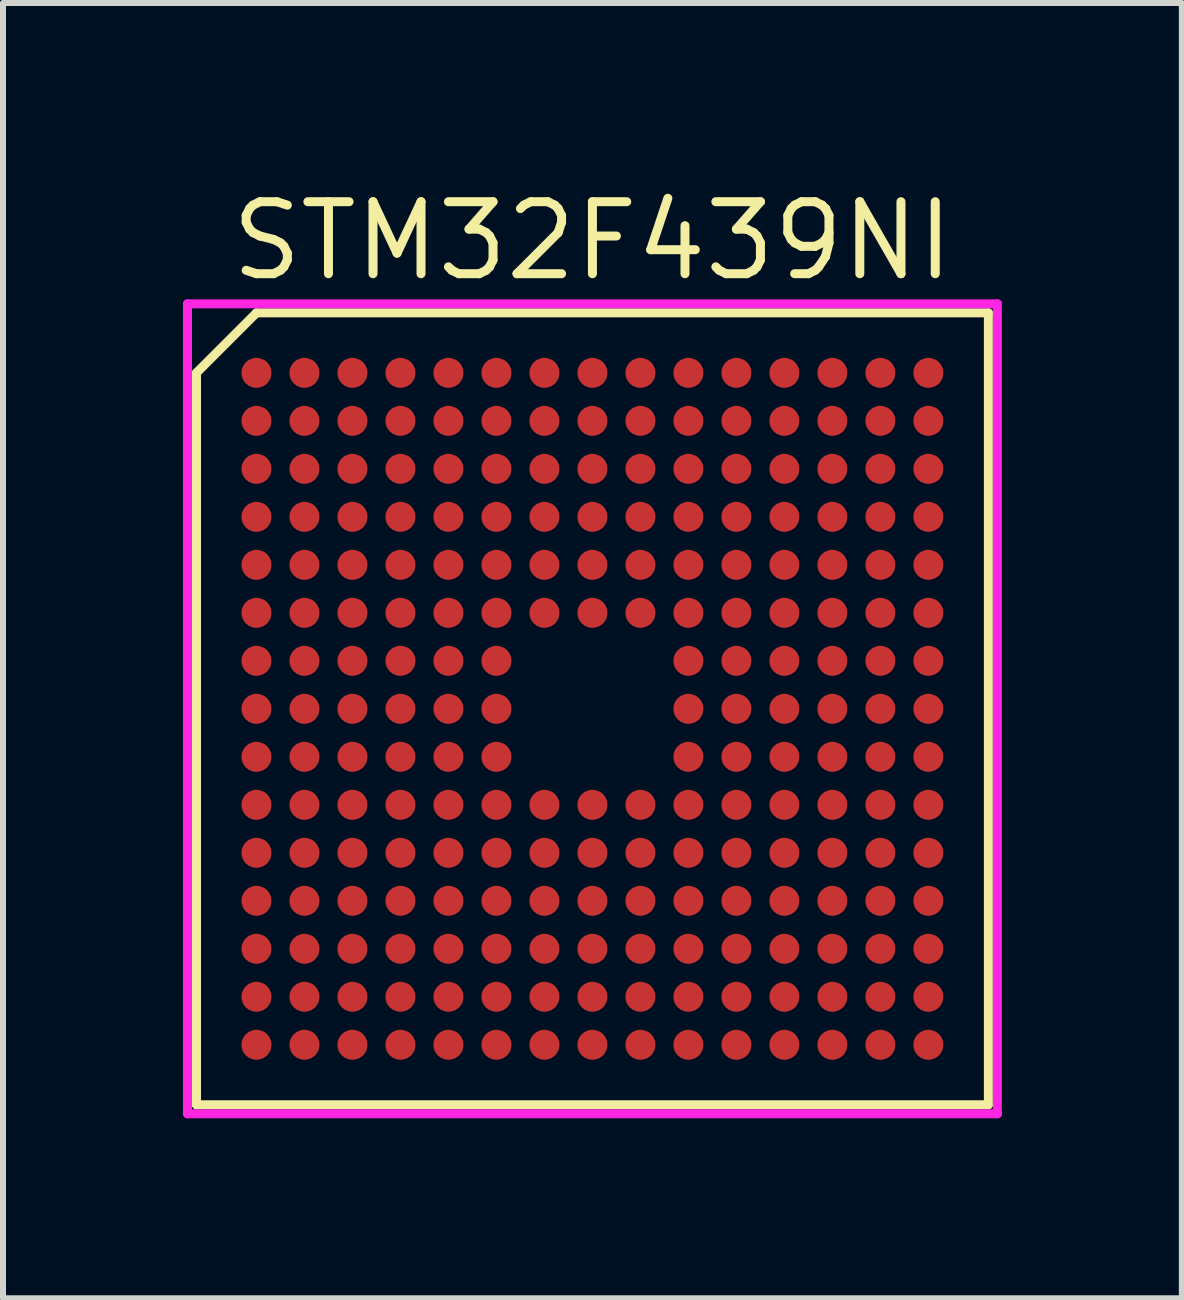
<source format=kicad_pcb>
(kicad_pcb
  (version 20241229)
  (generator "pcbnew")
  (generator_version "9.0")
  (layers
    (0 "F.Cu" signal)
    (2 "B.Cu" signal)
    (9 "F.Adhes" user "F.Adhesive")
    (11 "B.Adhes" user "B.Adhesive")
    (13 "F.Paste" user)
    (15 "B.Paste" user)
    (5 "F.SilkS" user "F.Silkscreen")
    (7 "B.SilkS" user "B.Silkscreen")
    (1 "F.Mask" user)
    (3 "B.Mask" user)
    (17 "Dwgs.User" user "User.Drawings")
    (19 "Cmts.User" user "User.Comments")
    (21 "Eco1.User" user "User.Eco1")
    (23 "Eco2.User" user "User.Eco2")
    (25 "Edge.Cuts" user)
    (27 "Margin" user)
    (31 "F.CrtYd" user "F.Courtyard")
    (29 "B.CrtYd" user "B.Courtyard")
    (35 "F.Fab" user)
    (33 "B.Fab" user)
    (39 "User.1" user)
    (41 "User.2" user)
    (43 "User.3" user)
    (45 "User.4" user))
  (footprint "STM32F439NI"
    (layer "F.Cu")
    (at 6.825 8.765)
    (property "Reference" "STM32F439NI" (at 0 -7.8 0) (layer "F.SilkS") (effects (font (size 1.2 1.2) (thickness 0.15))))
    (attr through_hole)
    (fp_line (start -6.6 -5.6) (end -6.6 6.6) (stroke (width 0.15) (type solid)) (layer "F.SilkS"))
    (fp_line (start -6.6 6.6) (end 6.6 6.6) (stroke (width 0.15) (type solid)) (layer "F.SilkS"))
    (fp_line (start -5.6 -6.6) (end -6.6 -5.6) (stroke (width 0.15) (type solid)) (layer "F.SilkS"))
    (fp_line (start 6.6 -6.6) (end -5.6 -6.6) (stroke (width 0.15) (type solid)) (layer "F.SilkS"))
    (fp_line (start 6.6 6.6) (end 6.6 -6.6) (stroke (width 0.15) (type solid)) (layer "F.SilkS"))
    (fp_line (start -6.75 -6.75) (end 6.75 -6.75) (stroke (width 0.15) (type solid)) (layer "F.CrtYd"))
    (fp_line (start -6.75 6.75) (end -6.75 -6.75) (stroke (width 0.15) (type solid)) (layer "F.CrtYd"))
    (fp_line (start 6.75 -6.75) (end 6.75 6.75) (stroke (width 0.15) (type solid)) (layer "F.CrtYd"))
    (fp_line (start 6.75 6.75) (end -6.75 6.75) (stroke (width 0.15) (type solid)) (layer "F.CrtYd"))
    (pad "A1" smd circle (at -5.6 -5.6) (size 0.5 0.5) (layers "F.Cu" "F.Mask" "F.Paste"))
    (pad "A2" smd circle (at -4.8 -5.6) (size 0.5 0.5) (layers "F.Cu" "F.Mask" "F.Paste"))
    (pad "A3" smd circle (at -4 -5.6) (size 0.5 0.5) (layers "F.Cu" "F.Mask" "F.Paste"))
    (pad "A4" smd circle (at -3.2 -5.6) (size 0.5 0.5) (layers "F.Cu" "F.Mask" "F.Paste"))
    (pad "A5" smd circle (at -2.4 -5.6) (size 0.5 0.5) (layers "F.Cu" "F.Mask" "F.Paste"))
    (pad "A6" smd circle (at -1.6 -5.6) (size 0.5 0.5) (layers "F.Cu" "F.Mask" "F.Paste"))
    (pad "A7" smd circle (at -0.8 -5.6) (size 0.5 0.5) (layers "F.Cu" "F.Mask" "F.Paste"))
    (pad "A8" smd circle (at 0 -5.6) (size 0.5 0.5) (layers "F.Cu" "F.Mask" "F.Paste"))
    (pad "A9" smd circle (at 0.8 -5.6) (size 0.5 0.5) (layers "F.Cu" "F.Mask" "F.Paste"))
    (pad "A10" smd circle (at 1.6 -5.6) (size 0.5 0.5) (layers "F.Cu" "F.Mask" "F.Paste"))
    (pad "A11" smd circle (at 2.4 -5.6) (size 0.5 0.5) (layers "F.Cu" "F.Mask" "F.Paste"))
    (pad "A12" smd circle (at 3.2 -5.6) (size 0.5 0.5) (layers "F.Cu" "F.Mask" "F.Paste"))
    (pad "A13" smd circle (at 4 -5.6) (size 0.5 0.5) (layers "F.Cu" "F.Mask" "F.Paste"))
    (pad "A14" smd circle (at 4.8 -5.6) (size 0.5 0.5) (layers "F.Cu" "F.Mask" "F.Paste"))
    (pad "A15" smd circle (at 5.6 -5.6) (size 0.5 0.5) (layers "F.Cu" "F.Mask" "F.Paste"))
    (pad "B1" smd circle (at -5.6 -4.8) (size 0.5 0.5) (layers "F.Cu" "F.Mask" "F.Paste"))
    (pad "B2" smd circle (at -4.8 -4.8) (size 0.5 0.5) (layers "F.Cu" "F.Mask" "F.Paste"))
    (pad "B3" smd circle (at -4 -4.8) (size 0.5 0.5) (layers "F.Cu" "F.Mask" "F.Paste"))
    (pad "B4" smd circle (at -3.2 -4.8) (size 0.5 0.5) (layers "F.Cu" "F.Mask" "F.Paste"))
    (pad "B5" smd circle (at -2.4 -4.8) (size 0.5 0.5) (layers "F.Cu" "F.Mask" "F.Paste"))
    (pad "B6" smd circle (at -1.6 -4.8) (size 0.5 0.5) (layers "F.Cu" "F.Mask" "F.Paste"))
    (pad "B7" smd circle (at -0.8 -4.8) (size 0.5 0.5) (layers "F.Cu" "F.Mask" "F.Paste"))
    (pad "B8" smd circle (at 0 -4.8) (size 0.5 0.5) (layers "F.Cu" "F.Mask" "F.Paste"))
    (pad "B9" smd circle (at 0.8 -4.8) (size 0.5 0.5) (layers "F.Cu" "F.Mask" "F.Paste"))
    (pad "B10" smd circle (at 1.6 -4.8) (size 0.5 0.5) (layers "F.Cu" "F.Mask" "F.Paste"))
    (pad "B11" smd circle (at 2.4 -4.8) (size 0.5 0.5) (layers "F.Cu" "F.Mask" "F.Paste"))
    (pad "B12" smd circle (at 3.2 -4.8) (size 0.5 0.5) (layers "F.Cu" "F.Mask" "F.Paste"))
    (pad "B13" smd circle (at 4 -4.8) (size 0.5 0.5) (layers "F.Cu" "F.Mask" "F.Paste"))
    (pad "B14" smd circle (at 4.8 -4.8) (size 0.5 0.5) (layers "F.Cu" "F.Mask" "F.Paste"))
    (pad "B15" smd circle (at 5.6 -4.8) (size 0.5 0.5) (layers "F.Cu" "F.Mask" "F.Paste"))
    (pad "C1" smd circle (at -5.6 -4) (size 0.5 0.5) (layers "F.Cu" "F.Mask" "F.Paste"))
    (pad "C2" smd circle (at -4.8 -4) (size 0.5 0.5) (layers "F.Cu" "F.Mask" "F.Paste"))
    (pad "C3" smd circle (at -4 -4) (size 0.5 0.5) (layers "F.Cu" "F.Mask" "F.Paste"))
    (pad "C4" smd circle (at -3.2 -4) (size 0.5 0.5) (layers "F.Cu" "F.Mask" "F.Paste"))
    (pad "C5" smd circle (at -2.4 -4) (size 0.5 0.5) (layers "F.Cu" "F.Mask" "F.Paste"))
    (pad "C6" smd circle (at -1.6 -4) (size 0.5 0.5) (layers "F.Cu" "F.Mask" "F.Paste"))
    (pad "C7" smd circle (at -0.8 -4) (size 0.5 0.5) (layers "F.Cu" "F.Mask" "F.Paste"))
    (pad "C8" smd circle (at 0 -4) (size 0.5 0.5) (layers "F.Cu" "F.Mask" "F.Paste"))
    (pad "C9" smd circle (at 0.8 -4) (size 0.5 0.5) (layers "F.Cu" "F.Mask" "F.Paste"))
    (pad "C10" smd circle (at 1.6 -4) (size 0.5 0.5) (layers "F.Cu" "F.Mask" "F.Paste"))
    (pad "C11" smd circle (at 2.4 -4) (size 0.5 0.5) (layers "F.Cu" "F.Mask" "F.Paste"))
    (pad "C12" smd circle (at 3.2 -4) (size 0.5 0.5) (layers "F.Cu" "F.Mask" "F.Paste"))
    (pad "C13" smd circle (at 4 -4) (size 0.5 0.5) (layers "F.Cu" "F.Mask" "F.Paste"))
    (pad "C14" smd circle (at 4.8 -4) (size 0.5 0.5) (layers "F.Cu" "F.Mask" "F.Paste"))
    (pad "C15" smd circle (at 5.6 -4) (size 0.5 0.5) (layers "F.Cu" "F.Mask" "F.Paste"))
    (pad "D1" smd circle (at -5.6 -3.2) (size 0.5 0.5) (layers "F.Cu" "F.Mask" "F.Paste"))
    (pad "D2" smd circle (at -4.8 -3.2) (size 0.5 0.5) (layers "F.Cu" "F.Mask" "F.Paste"))
    (pad "D3" smd circle (at -4 -3.2) (size 0.5 0.5) (layers "F.Cu" "F.Mask" "F.Paste"))
    (pad "D4" smd circle (at -3.2 -3.2) (size 0.5 0.5) (layers "F.Cu" "F.Mask" "F.Paste"))
    (pad "D5" smd circle (at -2.4 -3.2) (size 0.5 0.5) (layers "F.Cu" "F.Mask" "F.Paste"))
    (pad "D6" smd circle (at -1.6 -3.2) (size 0.5 0.5) (layers "F.Cu" "F.Mask" "F.Paste"))
    (pad "D7" smd circle (at -0.8 -3.2) (size 0.5 0.5) (layers "F.Cu" "F.Mask" "F.Paste"))
    (pad "D8" smd circle (at 0 -3.2) (size 0.5 0.5) (layers "F.Cu" "F.Mask" "F.Paste"))
    (pad "D9" smd circle (at 0.8 -3.2) (size 0.5 0.5) (layers "F.Cu" "F.Mask" "F.Paste"))
    (pad "D10" smd circle (at 1.6 -3.2) (size 0.5 0.5) (layers "F.Cu" "F.Mask" "F.Paste"))
    (pad "D11" smd circle (at 2.4 -3.2) (size 0.5 0.5) (layers "F.Cu" "F.Mask" "F.Paste"))
    (pad "D12" smd circle (at 3.2 -3.2) (size 0.5 0.5) (layers "F.Cu" "F.Mask" "F.Paste"))
    (pad "D13" smd circle (at 4 -3.2) (size 0.5 0.5) (layers "F.Cu" "F.Mask" "F.Paste"))
    (pad "D14" smd circle (at 4.8 -3.2) (size 0.5 0.5) (layers "F.Cu" "F.Mask" "F.Paste"))
    (pad "D15" smd circle (at 5.6 -3.2) (size 0.5 0.5) (layers "F.Cu" "F.Mask" "F.Paste"))
    (pad "E1" smd circle (at -5.6 -2.4) (size 0.5 0.5) (layers "F.Cu" "F.Mask" "F.Paste"))
    (pad "E2" smd circle (at -4.8 -2.4) (size 0.5 0.5) (layers "F.Cu" "F.Mask" "F.Paste"))
    (pad "E3" smd circle (at -4 -2.4) (size 0.5 0.5) (layers "F.Cu" "F.Mask" "F.Paste"))
    (pad "E4" smd circle (at -3.2 -2.4) (size 0.5 0.5) (layers "F.Cu" "F.Mask" "F.Paste"))
    (pad "E5" smd circle (at -2.4 -2.4) (size 0.5 0.5) (layers "F.Cu" "F.Mask" "F.Paste"))
    (pad "E6" smd circle (at -1.6 -2.4) (size 0.5 0.5) (layers "F.Cu" "F.Mask" "F.Paste"))
    (pad "E7" smd circle (at -0.8 -2.4) (size 0.5 0.5) (layers "F.Cu" "F.Mask" "F.Paste"))
    (pad "E8" smd circle (at 0 -2.4) (size 0.5 0.5) (layers "F.Cu" "F.Mask" "F.Paste"))
    (pad "E9" smd circle (at 0.8 -2.4) (size 0.5 0.5) (layers "F.Cu" "F.Mask" "F.Paste"))
    (pad "E10" smd circle (at 1.6 -2.4) (size 0.5 0.5) (layers "F.Cu" "F.Mask" "F.Paste"))
    (pad "E11" smd circle (at 2.4 -2.4) (size 0.5 0.5) (layers "F.Cu" "F.Mask" "F.Paste"))
    (pad "E12" smd circle (at 3.2 -2.4) (size 0.5 0.5) (layers "F.Cu" "F.Mask" "F.Paste"))
    (pad "E13" smd circle (at 4 -2.4) (size 0.5 0.5) (layers "F.Cu" "F.Mask" "F.Paste"))
    (pad "E14" smd circle (at 4.8 -2.4) (size 0.5 0.5) (layers "F.Cu" "F.Mask" "F.Paste"))
    (pad "E15" smd circle (at 5.6 -2.4) (size 0.5 0.5) (layers "F.Cu" "F.Mask" "F.Paste"))
    (pad "F1" smd circle (at -5.6 -1.6) (size 0.5 0.5) (layers "F.Cu" "F.Mask" "F.Paste"))
    (pad "F2" smd circle (at -4.8 -1.6) (size 0.5 0.5) (layers "F.Cu" "F.Mask" "F.Paste"))
    (pad "F3" smd circle (at -4 -1.6) (size 0.5 0.5) (layers "F.Cu" "F.Mask" "F.Paste"))
    (pad "F4" smd circle (at -3.2 -1.6) (size 0.5 0.5) (layers "F.Cu" "F.Mask" "F.Paste"))
    (pad "F5" smd circle (at -2.4 -1.6) (size 0.5 0.5) (layers "F.Cu" "F.Mask" "F.Paste"))
    (pad "F6" smd circle (at -1.6 -1.6) (size 0.5 0.5) (layers "F.Cu" "F.Mask" "F.Paste"))
    (pad "F7" smd circle (at -0.8 -1.6) (size 0.5 0.5) (layers "F.Cu" "F.Mask" "F.Paste"))
    (pad "F8" smd circle (at 0 -1.6) (size 0.5 0.5) (layers "F.Cu" "F.Mask" "F.Paste"))
    (pad "F9" smd circle (at 0.8 -1.6) (size 0.5 0.5) (layers "F.Cu" "F.Mask" "F.Paste"))
    (pad "F10" smd circle (at 1.6 -1.6) (size 0.5 0.5) (layers "F.Cu" "F.Mask" "F.Paste"))
    (pad "F11" smd circle (at 2.4 -1.6) (size 0.5 0.5) (layers "F.Cu" "F.Mask" "F.Paste"))
    (pad "F12" smd circle (at 3.2 -1.6) (size 0.5 0.5) (layers "F.Cu" "F.Mask" "F.Paste"))
    (pad "F13" smd circle (at 4 -1.6) (size 0.5 0.5) (layers "F.Cu" "F.Mask" "F.Paste"))
    (pad "F14" smd circle (at 4.8 -1.6) (size 0.5 0.5) (layers "F.Cu" "F.Mask" "F.Paste"))
    (pad "F15" smd circle (at 5.6 -1.6) (size 0.5 0.5) (layers "F.Cu" "F.Mask" "F.Paste"))
    (pad "G1" smd circle (at -5.6 -0.8) (size 0.5 0.5) (layers "F.Cu" "F.Mask" "F.Paste"))
    (pad "G2" smd circle (at -4.8 -0.8) (size 0.5 0.5) (layers "F.Cu" "F.Mask" "F.Paste"))
    (pad "G3" smd circle (at -4 -0.8) (size 0.5 0.5) (layers "F.Cu" "F.Mask" "F.Paste"))
    (pad "G4" smd circle (at -3.2 -0.8) (size 0.5 0.5) (layers "F.Cu" "F.Mask" "F.Paste"))
    (pad "G5" smd circle (at -2.4 -0.8) (size 0.5 0.5) (layers "F.Cu" "F.Mask" "F.Paste"))
    (pad "G6" smd circle (at -1.6 -0.8) (size 0.5 0.5) (layers "F.Cu" "F.Mask" "F.Paste"))
    (pad "G10" smd circle (at 1.6 -0.8) (size 0.5 0.5) (layers "F.Cu" "F.Mask" "F.Paste"))
    (pad "G11" smd circle (at 2.4 -0.8) (size 0.5 0.5) (layers "F.Cu" "F.Mask" "F.Paste"))
    (pad "G12" smd circle (at 3.2 -0.8) (size 0.5 0.5) (layers "F.Cu" "F.Mask" "F.Paste"))
    (pad "G13" smd circle (at 4 -0.8) (size 0.5 0.5) (layers "F.Cu" "F.Mask" "F.Paste"))
    (pad "G14" smd circle (at 4.8 -0.8) (size 0.5 0.5) (layers "F.Cu" "F.Mask" "F.Paste"))
    (pad "G15" smd circle (at 5.6 -0.8) (size 0.5 0.5) (layers "F.Cu" "F.Mask" "F.Paste"))
    (pad "H1" smd circle (at -5.6 0) (size 0.5 0.5) (layers "F.Cu" "F.Mask" "F.Paste"))
    (pad "H2" smd circle (at -4.8 0) (size 0.5 0.5) (layers "F.Cu" "F.Mask" "F.Paste"))
    (pad "H3" smd circle (at -4 0) (size 0.5 0.5) (layers "F.Cu" "F.Mask" "F.Paste"))
    (pad "H4" smd circle (at -3.2 0) (size 0.5 0.5) (layers "F.Cu" "F.Mask" "F.Paste"))
    (pad "H5" smd circle (at -2.4 0) (size 0.5 0.5) (layers "F.Cu" "F.Mask" "F.Paste"))
    (pad "H6" smd circle (at -1.6 0) (size 0.5 0.5) (layers "F.Cu" "F.Mask" "F.Paste"))
    (pad "H10" smd circle (at 1.6 0) (size 0.5 0.5) (layers "F.Cu" "F.Mask" "F.Paste"))
    (pad "H11" smd circle (at 2.4 0) (size 0.5 0.5) (layers "F.Cu" "F.Mask" "F.Paste"))
    (pad "H12" smd circle (at 3.2 0) (size 0.5 0.5) (layers "F.Cu" "F.Mask" "F.Paste"))
    (pad "H13" smd circle (at 4 0) (size 0.5 0.5) (layers "F.Cu" "F.Mask" "F.Paste"))
    (pad "H14" smd circle (at 4.8 0) (size 0.5 0.5) (layers "F.Cu" "F.Mask" "F.Paste"))
    (pad "H15" smd circle (at 5.6 0) (size 0.5 0.5) (layers "F.Cu" "F.Mask" "F.Paste"))
    (pad "J1" smd circle (at -5.6 0.8) (size 0.5 0.5) (layers "F.Cu" "F.Mask" "F.Paste"))
    (pad "J2" smd circle (at -4.8 0.8) (size 0.5 0.5) (layers "F.Cu" "F.Mask" "F.Paste"))
    (pad "J3" smd circle (at -4 0.8) (size 0.5 0.5) (layers "F.Cu" "F.Mask" "F.Paste"))
    (pad "J4" smd circle (at -3.2 0.8) (size 0.5 0.5) (layers "F.Cu" "F.Mask" "F.Paste"))
    (pad "J5" smd circle (at -2.4 0.8) (size 0.5 0.5) (layers "F.Cu" "F.Mask" "F.Paste"))
    (pad "J6" smd circle (at -1.6 0.8) (size 0.5 0.5) (layers "F.Cu" "F.Mask" "F.Paste"))
    (pad "J10" smd circle (at 1.6 0.8) (size 0.5 0.5) (layers "F.Cu" "F.Mask" "F.Paste"))
    (pad "J11" smd circle (at 2.4 0.8) (size 0.5 0.5) (layers "F.Cu" "F.Mask" "F.Paste"))
    (pad "J12" smd circle (at 3.2 0.8) (size 0.5 0.5) (layers "F.Cu" "F.Mask" "F.Paste"))
    (pad "J13" smd circle (at 4 0.8) (size 0.5 0.5) (layers "F.Cu" "F.Mask" "F.Paste"))
    (pad "J14" smd circle (at 4.8 0.8) (size 0.5 0.5) (layers "F.Cu" "F.Mask" "F.Paste"))
    (pad "J15" smd circle (at 5.6 0.8) (size 0.5 0.5) (layers "F.Cu" "F.Mask" "F.Paste"))
    (pad "K1" smd circle (at -5.6 1.6) (size 0.5 0.5) (layers "F.Cu" "F.Mask" "F.Paste"))
    (pad "K2" smd circle (at -4.8 1.6) (size 0.5 0.5) (layers "F.Cu" "F.Mask" "F.Paste"))
    (pad "K3" smd circle (at -4 1.6) (size 0.5 0.5) (layers "F.Cu" "F.Mask" "F.Paste"))
    (pad "K4" smd circle (at -3.2 1.6) (size 0.5 0.5) (layers "F.Cu" "F.Mask" "F.Paste"))
    (pad "K5" smd circle (at -2.4 1.6) (size 0.5 0.5) (layers "F.Cu" "F.Mask" "F.Paste"))
    (pad "K6" smd circle (at -1.6 1.6) (size 0.5 0.5) (layers "F.Cu" "F.Mask" "F.Paste"))
    (pad "K7" smd circle (at -0.8 1.6) (size 0.5 0.5) (layers "F.Cu" "F.Mask" "F.Paste"))
    (pad "K8" smd circle (at 0 1.6) (size 0.5 0.5) (layers "F.Cu" "F.Mask" "F.Paste"))
    (pad "K9" smd circle (at 0.8 1.6) (size 0.5 0.5) (layers "F.Cu" "F.Mask" "F.Paste"))
    (pad "K10" smd circle (at 1.6 1.6) (size 0.5 0.5) (layers "F.Cu" "F.Mask" "F.Paste"))
    (pad "K11" smd circle (at 2.4 1.6) (size 0.5 0.5) (layers "F.Cu" "F.Mask" "F.Paste"))
    (pad "K12" smd circle (at 3.2 1.6) (size 0.5 0.5) (layers "F.Cu" "F.Mask" "F.Paste"))
    (pad "K13" smd circle (at 4 1.6) (size 0.5 0.5) (layers "F.Cu" "F.Mask" "F.Paste"))
    (pad "K14" smd circle (at 4.8 1.6) (size 0.5 0.5) (layers "F.Cu" "F.Mask" "F.Paste"))
    (pad "K15" smd circle (at 5.6 1.6) (size 0.5 0.5) (layers "F.Cu" "F.Mask" "F.Paste"))
    (pad "L1" smd circle (at -5.6 2.4) (size 0.5 0.5) (layers "F.Cu" "F.Mask" "F.Paste"))
    (pad "L2" smd circle (at -4.8 2.4) (size 0.5 0.5) (layers "F.Cu" "F.Mask" "F.Paste"))
    (pad "L3" smd circle (at -4 2.4) (size 0.5 0.5) (layers "F.Cu" "F.Mask" "F.Paste"))
    (pad "L4" smd circle (at -3.2 2.4) (size 0.5 0.5) (layers "F.Cu" "F.Mask" "F.Paste"))
    (pad "L5" smd circle (at -2.4 2.4) (size 0.5 0.5) (layers "F.Cu" "F.Mask" "F.Paste"))
    (pad "L6" smd circle (at -1.6 2.4) (size 0.5 0.5) (layers "F.Cu" "F.Mask" "F.Paste"))
    (pad "L7" smd circle (at -0.8 2.4) (size 0.5 0.5) (layers "F.Cu" "F.Mask" "F.Paste"))
    (pad "L8" smd circle (at 0 2.4) (size 0.5 0.5) (layers "F.Cu" "F.Mask" "F.Paste"))
    (pad "L9" smd circle (at 0.8 2.4) (size 0.5 0.5) (layers "F.Cu" "F.Mask" "F.Paste"))
    (pad "L10" smd circle (at 1.6 2.4) (size 0.5 0.5) (layers "F.Cu" "F.Mask" "F.Paste"))
    (pad "L11" smd circle (at 2.4 2.4) (size 0.5 0.5) (layers "F.Cu" "F.Mask" "F.Paste"))
    (pad "L12" smd circle (at 3.2 2.4) (size 0.5 0.5) (layers "F.Cu" "F.Mask" "F.Paste"))
    (pad "L13" smd circle (at 4 2.4) (size 0.5 0.5) (layers "F.Cu" "F.Mask" "F.Paste"))
    (pad "L14" smd circle (at 4.8 2.4) (size 0.5 0.5) (layers "F.Cu" "F.Mask" "F.Paste"))
    (pad "L15" smd circle (at 5.6 2.4) (size 0.5 0.5) (layers "F.Cu" "F.Mask" "F.Paste"))
    (pad "M1" smd circle (at -5.6 3.2) (size 0.5 0.5) (layers "F.Cu" "F.Mask" "F.Paste"))
    (pad "M2" smd circle (at -4.8 3.2) (size 0.5 0.5) (layers "F.Cu" "F.Mask" "F.Paste"))
    (pad "M3" smd circle (at -4 3.2) (size 0.5 0.5) (layers "F.Cu" "F.Mask" "F.Paste"))
    (pad "M4" smd circle (at -3.2 3.2) (size 0.5 0.5) (layers "F.Cu" "F.Mask" "F.Paste"))
    (pad "M5" smd circle (at -2.4 3.2) (size 0.5 0.5) (layers "F.Cu" "F.Mask" "F.Paste"))
    (pad "M6" smd circle (at -1.6 3.2) (size 0.5 0.5) (layers "F.Cu" "F.Mask" "F.Paste"))
    (pad "M7" smd circle (at -0.8 3.2) (size 0.5 0.5) (layers "F.Cu" "F.Mask" "F.Paste"))
    (pad "M8" smd circle (at 0 3.2) (size 0.5 0.5) (layers "F.Cu" "F.Mask" "F.Paste"))
    (pad "M9" smd circle (at 0.8 3.2) (size 0.5 0.5) (layers "F.Cu" "F.Mask" "F.Paste"))
    (pad "M10" smd circle (at 1.6 3.2) (size 0.5 0.5) (layers "F.Cu" "F.Mask" "F.Paste"))
    (pad "M11" smd circle (at 2.4 3.2) (size 0.5 0.5) (layers "F.Cu" "F.Mask" "F.Paste"))
    (pad "M12" smd circle (at 3.2 3.2) (size 0.5 0.5) (layers "F.Cu" "F.Mask" "F.Paste"))
    (pad "M13" smd circle (at 4 3.2) (size 0.5 0.5) (layers "F.Cu" "F.Mask" "F.Paste"))
    (pad "M14" smd circle (at 4.8 3.2) (size 0.5 0.5) (layers "F.Cu" "F.Mask" "F.Paste"))
    (pad "M15" smd circle (at 5.6 3.2) (size 0.5 0.5) (layers "F.Cu" "F.Mask" "F.Paste"))
    (pad "N1" smd circle (at -5.6 4) (size 0.5 0.5) (layers "F.Cu" "F.Mask" "F.Paste"))
    (pad "N2" smd circle (at -4.8 4) (size 0.5 0.5) (layers "F.Cu" "F.Mask" "F.Paste"))
    (pad "N3" smd circle (at -4 4) (size 0.5 0.5) (layers "F.Cu" "F.Mask" "F.Paste"))
    (pad "N4" smd circle (at -3.2 4) (size 0.5 0.5) (layers "F.Cu" "F.Mask" "F.Paste"))
    (pad "N5" smd circle (at -2.4 4) (size 0.5 0.5) (layers "F.Cu" "F.Mask" "F.Paste"))
    (pad "N6" smd circle (at -1.6 4) (size 0.5 0.5) (layers "F.Cu" "F.Mask" "F.Paste"))
    (pad "N7" smd circle (at -0.8 4) (size 0.5 0.5) (layers "F.Cu" "F.Mask" "F.Paste"))
    (pad "N8" smd circle (at 0 4) (size 0.5 0.5) (layers "F.Cu" "F.Mask" "F.Paste"))
    (pad "N9" smd circle (at 0.8 4) (size 0.5 0.5) (layers "F.Cu" "F.Mask" "F.Paste"))
    (pad "N10" smd circle (at 1.6 4) (size 0.5 0.5) (layers "F.Cu" "F.Mask" "F.Paste"))
    (pad "N11" smd circle (at 2.4 4) (size 0.5 0.5) (layers "F.Cu" "F.Mask" "F.Paste"))
    (pad "N12" smd circle (at 3.2 4) (size 0.5 0.5) (layers "F.Cu" "F.Mask" "F.Paste"))
    (pad "N13" smd circle (at 4 4) (size 0.5 0.5) (layers "F.Cu" "F.Mask" "F.Paste"))
    (pad "N14" smd circle (at 4.8 4) (size 0.5 0.5) (layers "F.Cu" "F.Mask" "F.Paste"))
    (pad "N15" smd circle (at 5.6 4) (size 0.5 0.5) (layers "F.Cu" "F.Mask" "F.Paste"))
    (pad "P1" smd circle (at -5.6 4.8) (size 0.5 0.5) (layers "F.Cu" "F.Mask" "F.Paste"))
    (pad "P2" smd circle (at -4.8 4.8) (size 0.5 0.5) (layers "F.Cu" "F.Mask" "F.Paste"))
    (pad "P3" smd circle (at -4 4.8) (size 0.5 0.5) (layers "F.Cu" "F.Mask" "F.Paste"))
    (pad "P4" smd circle (at -3.2 4.8) (size 0.5 0.5) (layers "F.Cu" "F.Mask" "F.Paste"))
    (pad "P5" smd circle (at -2.4 4.8) (size 0.5 0.5) (layers "F.Cu" "F.Mask" "F.Paste"))
    (pad "P6" smd circle (at -1.6 4.8) (size 0.5 0.5) (layers "F.Cu" "F.Mask" "F.Paste"))
    (pad "P7" smd circle (at -0.8 4.8) (size 0.5 0.5) (layers "F.Cu" "F.Mask" "F.Paste"))
    (pad "P8" smd circle (at 0 4.8) (size 0.5 0.5) (layers "F.Cu" "F.Mask" "F.Paste"))
    (pad "P9" smd circle (at 0.8 4.8) (size 0.5 0.5) (layers "F.Cu" "F.Mask" "F.Paste"))
    (pad "P10" smd circle (at 1.6 4.8) (size 0.5 0.5) (layers "F.Cu" "F.Mask" "F.Paste"))
    (pad "P11" smd circle (at 2.4 4.8) (size 0.5 0.5) (layers "F.Cu" "F.Mask" "F.Paste"))
    (pad "P12" smd circle (at 3.2 4.8) (size 0.5 0.5) (layers "F.Cu" "F.Mask" "F.Paste"))
    (pad "P13" smd circle (at 4 4.8) (size 0.5 0.5) (layers "F.Cu" "F.Mask" "F.Paste"))
    (pad "P14" smd circle (at 4.8 4.8) (size 0.5 0.5) (layers "F.Cu" "F.Mask" "F.Paste"))
    (pad "P15" smd circle (at 5.6 4.8) (size 0.5 0.5) (layers "F.Cu" "F.Mask" "F.Paste"))
    (pad "R1" smd circle (at -5.6 5.6) (size 0.5 0.5) (layers "F.Cu" "F.Mask" "F.Paste"))
    (pad "R2" smd circle (at -4.8 5.6) (size 0.5 0.5) (layers "F.Cu" "F.Mask" "F.Paste"))
    (pad "R3" smd circle (at -4 5.6) (size 0.5 0.5) (layers "F.Cu" "F.Mask" "F.Paste"))
    (pad "R4" smd circle (at -3.2 5.6) (size 0.5 0.5) (layers "F.Cu" "F.Mask" "F.Paste"))
    (pad "R5" smd circle (at -2.4 5.6) (size 0.5 0.5) (layers "F.Cu" "F.Mask" "F.Paste"))
    (pad "R6" smd circle (at -1.6 5.6) (size 0.5 0.5) (layers "F.Cu" "F.Mask" "F.Paste"))
    (pad "R7" smd circle (at -0.8 5.6) (size 0.5 0.5) (layers "F.Cu" "F.Mask" "F.Paste"))
    (pad "R8" smd circle (at 0 5.6) (size 0.5 0.5) (layers "F.Cu" "F.Mask" "F.Paste"))
    (pad "R9" smd circle (at 0.8 5.6) (size 0.5 0.5) (layers "F.Cu" "F.Mask" "F.Paste"))
    (pad "R10" smd circle (at 1.6 5.6) (size 0.5 0.5) (layers "F.Cu" "F.Mask" "F.Paste"))
    (pad "R11" smd circle (at 2.4 5.6) (size 0.5 0.5) (layers "F.Cu" "F.Mask" "F.Paste"))
    (pad "R12" smd circle (at 3.2 5.6) (size 0.5 0.5) (layers "F.Cu" "F.Mask" "F.Paste"))
    (pad "R13" smd circle (at 4 5.6) (size 0.5 0.5) (layers "F.Cu" "F.Mask" "F.Paste"))
    (pad "R14" smd circle (at 4.8 5.6) (size 0.5 0.5) (layers "F.Cu" "F.Mask" "F.Paste"))
    (pad "R15" smd circle (at 5.6 5.6) (size 0.5 0.5) (layers "F.Cu" "F.Mask" "F.Paste")))
  (gr_rect
    (start -3 -3)
    (end 16.65 18.59)
    (stroke (width 0.1) (type default))
    (fill no)
    (layer "Edge.Cuts")))
</source>
